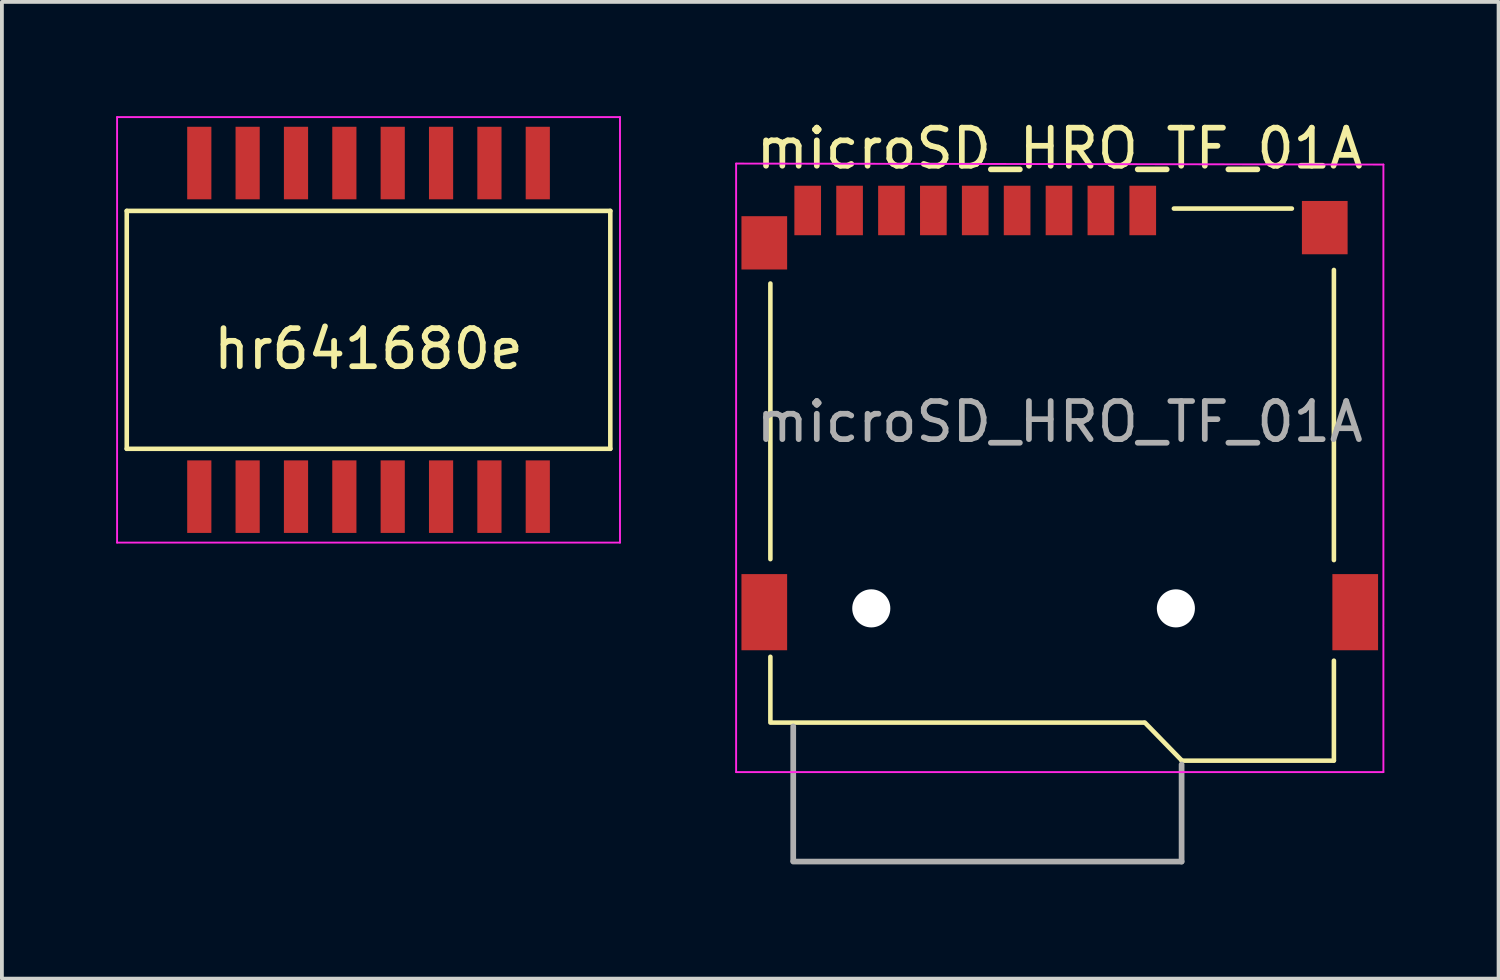
<source format=kicad_pcb>
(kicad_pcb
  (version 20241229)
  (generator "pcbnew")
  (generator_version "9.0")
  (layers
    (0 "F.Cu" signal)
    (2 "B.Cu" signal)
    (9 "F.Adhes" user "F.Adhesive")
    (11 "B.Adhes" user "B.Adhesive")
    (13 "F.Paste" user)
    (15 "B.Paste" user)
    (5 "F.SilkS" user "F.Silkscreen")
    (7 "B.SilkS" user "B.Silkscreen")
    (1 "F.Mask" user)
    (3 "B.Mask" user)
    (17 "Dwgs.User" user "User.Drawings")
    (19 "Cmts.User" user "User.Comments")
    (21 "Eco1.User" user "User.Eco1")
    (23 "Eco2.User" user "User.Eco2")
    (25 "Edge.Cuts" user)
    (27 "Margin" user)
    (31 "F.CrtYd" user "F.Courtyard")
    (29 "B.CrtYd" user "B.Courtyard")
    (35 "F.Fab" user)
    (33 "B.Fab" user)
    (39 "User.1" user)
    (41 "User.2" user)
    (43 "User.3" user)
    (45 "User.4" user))
  (footprint "microSD_HRO_TF_01A"
    (layer "F.Cu")
    (at 24.783 8.028)
    (property "Reference" "microSD_HRO_TF_01A" (at 0 -7.18 0) (layer "F.SilkS") (effects (font (size 1 1) (thickness 0.15))))
    (attr smd)
    (fp_line (start -7.6 -3.632) (end -7.6 3.607) (stroke (width 0.12) (type solid)) (layer "F.SilkS"))
    (fp_line (start -7.6 7.849) (end -7.6 6.172) (stroke (width 0.12) (type solid)) (layer "F.SilkS"))
    (fp_line (start -7.6 7.9) (end 2.2 7.9) (stroke (width 0.12) (type solid)) (layer "F.SilkS"))
    (fp_line (start 2.235 7.899) (end 3.2 8.89) (stroke (width 0.12) (type solid)) (layer "F.SilkS"))
    (fp_line (start 2.997 -5.6) (end 6.096 -5.6) (stroke (width 0.12) (type solid)) (layer "F.SilkS"))
    (fp_line (start 3.2 8.9) (end 7.2 8.9) (stroke (width 0.12) (type solid)) (layer "F.SilkS"))
    (fp_line (start 7.2 3.632) (end 7.2 -3.988) (stroke (width 0.12) (type solid)) (layer "F.SilkS"))
    (fp_line (start 7.2 8.89) (end 7.2 6.274) (stroke (width 0.12) (type solid)) (layer "F.SilkS"))
    (fp_line (start -8.5 -6.782) (end 8.5 -6.756) (stroke (width 0.05) (type solid)) (layer "F.CrtYd"))
    (fp_line (start -8.5 9.2) (end -8.5 -6.782) (stroke (width 0.05) (type solid)) (layer "F.CrtYd"))
    (fp_line (start 8.5 -6.756) (end 8.5 5.334) (stroke (width 0.05) (type solid)) (layer "F.CrtYd"))
    (fp_line (start 8.5 5.359) (end 8.5 9.2) (stroke (width 0.05) (type solid)) (layer "F.CrtYd"))
    (fp_line (start 8.5 9.2) (end -8.5 9.2) (stroke (width 0.05) (type solid)) (layer "F.CrtYd"))
    (fp_line (start -7 11.532) (end -7 8) (stroke (width 0.15) (type solid)) (layer "F.Fab"))
    (fp_line (start 3.2 11.55) (end -7 11.55) (stroke (width 0.15) (type solid)) (layer "F.Fab"))
    (fp_line (start 3.2 11.55) (end 3.2 9) (stroke (width 0.15) (type solid)) (layer "F.Fab"))
    (fp_text user "${REFERENCE}" (at 0 0 0) (layer "F.Fab") (effects (font (size 1 1) (thickness 0.15))))
    (pad "" np_thru_hole circle (at -4.95 4.9) (size 1 1) (drill 1) (layers "*.Cu" "*.Mask"))
    (pad "" np_thru_hole circle (at 3.05 4.9) (size 1 1) (drill 1) (layers "*.Cu" "*.Mask"))
    (pad "1" smd rect (at 2.18 -5.55) (size 0.7 1.3) (layers "F.Cu" "F.Mask" "F.Paste"))
    (pad "2" smd rect (at 1.08 -5.55) (size 0.7 1.3) (layers "F.Cu" "F.Mask" "F.Paste"))
    (pad "3" smd rect (at -0.02 -5.55) (size 0.7 1.3) (layers "F.Cu" "F.Mask" "F.Paste"))
    (pad "4" smd rect (at -1.12 -5.55) (size 0.7 1.3) (layers "F.Cu" "F.Mask" "F.Paste"))
    (pad "5" smd rect (at -2.22 -5.55) (size 0.7 1.3) (layers "F.Cu" "F.Mask" "F.Paste"))
    (pad "6" smd rect (at -3.32 -5.55) (size 0.7 1.3) (layers "F.Cu" "F.Mask" "F.Paste"))
    (pad "7" smd rect (at -4.42 -5.55) (size 0.7 1.3) (layers "F.Cu" "F.Mask" "F.Paste"))
    (pad "8" smd rect (at -5.52 -5.55) (size 0.7 1.3) (layers "F.Cu" "F.Mask" "F.Paste"))
    (pad "9" smd rect (at -6.62 -5.55) (size 0.7 1.3) (layers "F.Cu" "F.Mask" "F.Paste"))
    (pad "10" smd rect (at -7.76 -4.7) (size 1.2 1.4) (layers "F.Cu" "F.Mask" "F.Paste"))
    (pad "10" smd rect (at -7.76 5) (size 1.2 2) (layers "F.Cu" "F.Mask" "F.Paste"))
    (pad "10" smd rect (at 6.96 -5.1) (size 1.2 1.4) (layers "F.Cu" "F.Mask" "F.Paste"))
    (pad "10" smd rect (at 7.76 5) (size 1.2 2) (layers "F.Cu" "F.Mask" "F.Paste")))
  (footprint "hr641680e"
    (layer "F.Cu")
    (at 6.629 5.613)
    (property "Reference" "hr641680e" (at 0 0.5 0) (layer "F.SilkS") (effects (font (size 1 1) (thickness 0.15))))
    (attr through_hole)
    (fp_line (start -6.35 -3.124) (end -6.35 3.124) (stroke (width 0.12) (type solid)) (layer "F.SilkS"))
    (fp_line (start -6.35 3.124) (end 6.35 3.124) (stroke (width 0.12) (type solid)) (layer "F.SilkS"))
    (fp_line (start 6.35 -3.124) (end -6.35 -3.124) (stroke (width 0.12) (type solid)) (layer "F.SilkS"))
    (fp_line (start 6.35 3.124) (end 6.35 -3.124) (stroke (width 0.12) (type solid)) (layer "F.SilkS"))
    (fp_line (start -6.604 -5.588) (end -6.604 5.588) (stroke (width 0.05) (type solid)) (layer "F.CrtYd"))
    (fp_line (start -6.604 5.588) (end 6.604 5.588) (stroke (width 0.05) (type solid)) (layer "F.CrtYd"))
    (fp_line (start 6.604 -5.588) (end -6.604 -5.588) (stroke (width 0.05) (type solid)) (layer "F.CrtYd"))
    (fp_line (start 6.604 5.588) (end 6.604 -5.588) (stroke (width 0.05) (type solid)) (layer "F.CrtYd"))
    (pad "1" smd rect (at -4.445 4.381) (size 0.635 1.905) (layers "F.Cu" "F.Mask" "F.Paste"))
    (pad "2" smd rect (at -3.175 4.381) (size 0.635 1.905) (layers "F.Cu" "F.Mask" "F.Paste"))
    (pad "3" smd rect (at -1.905 4.381) (size 0.635 1.905) (layers "F.Cu" "F.Mask" "F.Paste"))
    (pad "4" smd rect (at -0.635 4.381) (size 0.635 1.905) (layers "F.Cu" "F.Mask" "F.Paste"))
    (pad "5" smd rect (at 0.635 4.381) (size 0.635 1.905) (layers "F.Cu" "F.Mask" "F.Paste"))
    (pad "6" smd rect (at 1.905 4.381) (size 0.635 1.905) (layers "F.Cu" "F.Mask" "F.Paste"))
    (pad "7" smd rect (at 3.175 4.381) (size 0.635 1.905) (layers "F.Cu" "F.Mask" "F.Paste"))
    (pad "8" smd rect (at 4.445 4.381) (size 0.635 1.905) (layers "F.Cu" "F.Mask" "F.Paste"))
    (pad "9" smd rect (at 4.445 -4.381) (size 0.635 1.905) (layers "F.Cu" "F.Mask" "F.Paste"))
    (pad "10" smd rect (at 3.175 -4.381) (size 0.635 1.905) (layers "F.Cu" "F.Mask" "F.Paste"))
    (pad "11" smd rect (at 1.905 -4.381) (size 0.635 1.905) (layers "F.Cu" "F.Mask" "F.Paste"))
    (pad "12" smd rect (at 0.635 -4.381) (size 0.635 1.905) (layers "F.Cu" "F.Mask" "F.Paste"))
    (pad "13" smd rect (at -0.635 -4.381) (size 0.635 1.905) (layers "F.Cu" "F.Mask" "F.Paste"))
    (pad "14" smd rect (at -1.905 -4.381) (size 0.635 1.905) (layers "F.Cu" "F.Mask" "F.Paste"))
    (pad "15" smd rect (at -3.175 -4.381) (size 0.635 1.905) (layers "F.Cu" "F.Mask" "F.Paste"))
    (pad "16" smd rect (at -4.445 -4.381) (size 0.635 1.905) (layers "F.Cu" "F.Mask" "F.Paste")))
  (gr_rect
    (start -3 -3)
    (end 36.308 22.653)
    (stroke (width 0.1) (type default))
    (fill no)
    (layer "Edge.Cuts")))
</source>
